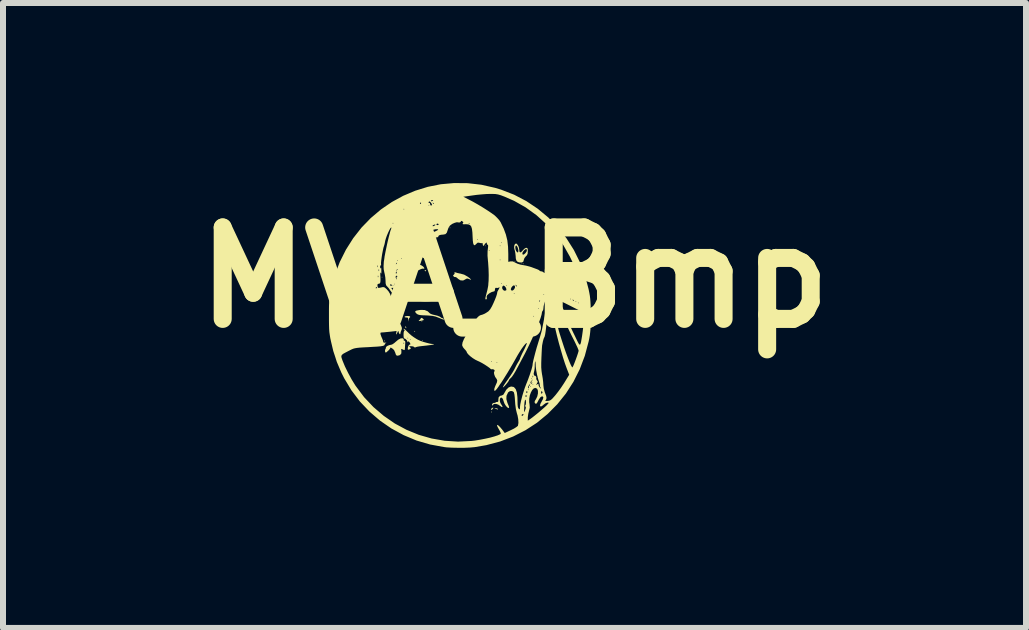
<source format=kicad_pcb>
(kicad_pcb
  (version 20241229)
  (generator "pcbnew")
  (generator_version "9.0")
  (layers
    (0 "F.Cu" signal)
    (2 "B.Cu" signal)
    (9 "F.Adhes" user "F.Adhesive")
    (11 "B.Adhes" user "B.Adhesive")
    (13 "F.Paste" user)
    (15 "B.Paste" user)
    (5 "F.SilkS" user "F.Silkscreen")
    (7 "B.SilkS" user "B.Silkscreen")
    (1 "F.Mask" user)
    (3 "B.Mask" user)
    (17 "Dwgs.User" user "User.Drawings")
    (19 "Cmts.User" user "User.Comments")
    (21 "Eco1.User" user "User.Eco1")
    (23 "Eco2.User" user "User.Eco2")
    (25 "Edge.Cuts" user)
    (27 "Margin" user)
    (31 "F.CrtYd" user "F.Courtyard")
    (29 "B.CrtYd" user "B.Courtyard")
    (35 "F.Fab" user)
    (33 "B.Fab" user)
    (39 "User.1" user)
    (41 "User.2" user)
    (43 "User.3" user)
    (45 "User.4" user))
  (footprint "MVA_Bmp"
    (layer "F.Cu")
    (at 5.523 1.574)
    (property "Reference" "MVA_Bmp" (at 0 0 0) (layer "F.SilkS") (effects (font (size 1.524 1.524) (thickness 0.3))))
    (attr board_only exclude_from_pos_files exclude_from_bom)
    (fp_poly (pts (xy -2.201 -0.007) (xy -2.208 0) (xy -2.214 -0.007) (xy -2.208 -0.013)) (stroke (width 0) (type solid)) (fill yes) (layer "F.SilkS"))
    (fp_poly (pts (xy -1.85 0.397) (xy -1.856 0.404) (xy -1.863 0.397) (xy -1.856 0.391)) (stroke (width 0) (type solid)) (fill yes) (layer "F.SilkS"))
    (fp_poly (pts (xy -1.811 -0.111) (xy -1.817 -0.104) (xy -1.824 -0.111) (xy -1.817 -0.117)) (stroke (width 0) (type solid)) (fill yes) (layer "F.SilkS"))
    (fp_poly (pts (xy -1.537 0.736) (xy -1.544 0.742) (xy -1.55 0.736) (xy -1.544 0.729)) (stroke (width 0) (type solid)) (fill yes) (layer "F.SilkS"))
    (fp_poly (pts (xy -1.524 1.049) (xy -1.531 1.055) (xy -1.537 1.049) (xy -1.531 1.042)) (stroke (width 0) (type solid)) (fill yes) (layer "F.SilkS"))
    (fp_poly (pts (xy -1.303 -0.658) (xy -1.309 -0.651) (xy -1.316 -0.658) (xy -1.309 -0.664)) (stroke (width 0) (type solid)) (fill yes) (layer "F.SilkS"))
    (fp_poly (pts (xy -1.068 -0.827) (xy -1.075 -0.821) (xy -1.081 -0.827) (xy -1.075 -0.834)) (stroke (width 0) (type solid)) (fill yes) (layer "F.SilkS"))
    (fp_poly (pts (xy -0.482 -0.528) (xy -0.488 -0.521) (xy -0.495 -0.528) (xy -0.488 -0.534)) (stroke (width 0) (type solid)) (fill yes) (layer "F.SilkS"))
    (fp_poly (pts (xy 0.013 -0.267) (xy 0.007 -0.261) (xy 0 -0.267) (xy 0.007 -0.274)) (stroke (width 0) (type solid)) (fill yes) (layer "F.SilkS"))
    (fp_poly (pts (xy 0.13 -0.228) (xy 0.124 -0.221) (xy 0.117 -0.228) (xy 0.124 -0.234)) (stroke (width 0) (type solid)) (fill yes) (layer "F.SilkS"))
    (fp_poly (pts (xy 0.156 -0.228) (xy 0.15 -0.221) (xy 0.143 -0.228) (xy 0.15 -0.234)) (stroke (width 0) (type solid)) (fill yes) (layer "F.SilkS"))
    (fp_poly (pts (xy 0.378 1.661) (xy 0.371 1.667) (xy 0.365 1.661) (xy 0.371 1.654)) (stroke (width 0) (type solid)) (fill yes) (layer "F.SilkS"))
    (fp_poly (pts (xy 0.417 1.791) (xy 0.41 1.798) (xy 0.404 1.791) (xy 0.41 1.785)) (stroke (width 0) (type solid)) (fill yes) (layer "F.SilkS"))
    (fp_poly (pts (xy 0.573 -0.072) (xy 0.567 -0.065) (xy 0.56 -0.072) (xy 0.567 -0.078)) (stroke (width 0) (type solid)) (fill yes) (layer "F.SilkS"))
    (fp_poly (pts (xy 0.625 -0.072) (xy 0.619 -0.065) (xy 0.612 -0.072) (xy 0.619 -0.078)) (stroke (width 0) (type solid)) (fill yes) (layer "F.SilkS"))
    (fp_poly (pts (xy -2.167 1.046) (xy -2.165 1.062) (xy -2.167 1.064) (xy -2.174 1.062) (xy -2.175 1.055) (xy -2.171 1.044)) (stroke (width 0) (type solid)) (fill yes) (layer "F.SilkS"))
    (fp_poly (pts (xy -1.958 -0.009) (xy -1.96 -0.001) (xy -1.967 0) (xy -1.978 -0.005) (xy -1.976 -0.009) (xy -1.96 -0.01)) (stroke (width 0) (type solid)) (fill yes) (layer "F.SilkS"))
    (fp_poly (pts (xy -1.659 0.89) (xy -1.657 0.906) (xy -1.659 0.907) (xy -1.666 0.906) (xy -1.667 0.899) (xy -1.663 0.888)) (stroke (width 0) (type solid)) (fill yes) (layer "F.SilkS"))
    (fp_poly (pts (xy -0.382 2.232) (xy -0.381 2.247) (xy -0.382 2.249) (xy -0.39 2.247) (xy -0.391 2.24) (xy -0.386 2.23)) (stroke (width 0) (type solid)) (fill yes) (layer "F.SilkS"))
    (fp_poly (pts (xy -1.811 0.817) (xy -1.806 0.827) (xy -1.803 0.845) (xy -1.811 0.841) (xy -1.818 0.833) (xy -1.822 0.816) (xy -1.82 0.813)) (stroke (width 0) (type solid)) (fill yes) (layer "F.SilkS"))
    (fp_poly (pts (xy -1.984 0.216) (xy -1.986 0.221) (xy -1.998 0.234) (xy -2 0.234) (xy -2.006 0.224) (xy -2.006 0.221) (xy -1.996 0.209) (xy -1.992 0.208)) (stroke (width 0) (type solid)) (fill yes) (layer "F.SilkS"))
    (fp_poly (pts (xy -1.85 0.531) (xy -1.85 0.534) (xy -1.86 0.547) (xy -1.863 0.547) (xy -1.875 0.537) (xy -1.876 0.534) (xy -1.866 0.521) (xy -1.863 0.521)) (stroke (width 0) (type solid)) (fill yes) (layer "F.SilkS"))
    (fp_poly (pts (xy -1.485 -0.124) (xy -1.472 -0.112) (xy -1.472 -0.11) (xy -1.482 -0.104) (xy -1.485 -0.104) (xy -1.497 -0.114) (xy -1.498 -0.118) (xy -1.49 -0.126)) (stroke (width 0) (type solid)) (fill yes) (layer "F.SilkS"))
    (fp_poly (pts (xy -1.863 0.467) (xy -1.856 0.474) (xy -1.84 0.491) (xy -1.837 0.498) (xy -1.847 0.503) (xy -1.856 0.504) (xy -1.872 0.493) (xy -1.876 0.479) (xy -1.873 0.462)) (stroke (width 0) (type solid)) (fill yes) (layer "F.SilkS"))
    (fp_poly (pts (xy -1.22 0.366) (xy -1.218 0.378) (xy -1.227 0.397) (xy -1.249 0.398) (xy -1.263 0.391) (xy -1.276 0.378) (xy -1.266 0.367) (xy -1.263 0.365) (xy -1.237 0.356)) (stroke (width 0) (type solid)) (fill yes) (layer "F.SilkS"))
    (fp_poly (pts (xy -0.352 2.17) (xy -0.36 2.184) (xy -0.371 2.197) (xy -0.386 2.209) (xy -0.391 2.202) (xy -0.391 2.197) (xy -0.38 2.176) (xy -0.371 2.171) (xy -0.354 2.168)) (stroke (width 0) (type solid)) (fill yes) (layer "F.SilkS"))
    (fp_poly (pts (xy -0.29 2.181) (xy -0.28 2.188) (xy -0.275 2.2) (xy -0.276 2.2) (xy -0.29 2.196) (xy -0.313 2.188) (xy -0.334 2.181) (xy -0.332 2.178) (xy -0.317 2.177)) (stroke (width 0) (type solid)) (fill yes) (layer "F.SilkS"))
    (fp_poly (pts (xy -1.534 0.679) (xy -1.53 0.682) (xy -1.513 0.698) (xy -1.515 0.709) (xy -1.539 0.717) (xy -1.563 0.722) (xy -1.591 0.726) (xy -1.598 0.723) (xy -1.588 0.714) (xy -1.568 0.692) (xy -1.562 0.68) (xy -1.553 0.671)) (stroke (width 0) (type solid)) (fill yes) (layer "F.SilkS"))
    (fp_poly (pts (xy -1.748 0.645) (xy -1.739 0.652) (xy -1.74 0.663) (xy -1.744 0.664) (xy -1.755 0.676) (xy -1.762 0.7) (xy -1.768 0.736) (xy -1.77 0.699) (xy -1.775 0.673) (xy -1.791 0.666) (xy -1.8 0.667) (xy -1.824 0.664) (xy -1.833 0.657) (xy -1.825 0.647) (xy -1.802 0.642) (xy -1.773 0.641)) (stroke (width 0) (type solid)) (fill yes) (layer "F.SilkS"))
    (fp_poly (pts (xy -0.985 -0.086) (xy -0.982 -0.085) (xy -0.953 -0.076) (xy -0.913 -0.067) (xy -0.905 -0.066) (xy -0.84 -0.048) (xy -0.78 -0.014) (xy -0.751 0.008) (xy -0.727 0.03) (xy -0.724 0.038) (xy -0.743 0.032) (xy -0.761 0.024) (xy -0.79 0.016) (xy -0.812 0.025) (xy -0.818 0.03) (xy -0.857 0.05) (xy -0.901 0.047) (xy -0.941 0.022) (xy -0.944 0.018) (xy -0.968 -0.002) (xy -0.986 -0.009) (xy -0.988 -0.008) (xy -1.005 -0.01) (xy -1.016 -0.02) (xy -1.025 -0.037) (xy -1.012 -0.047) (xy -0.998 -0.063) (xy -1 -0.075) (xy -1.001 -0.089)) (stroke (width 0) (type solid)) (fill yes) (layer "F.SilkS"))
    (fp_poly (pts (xy -1.499 0.541) (xy -1.446 0.563) (xy -1.413 0.595) (xy -1.394 0.607) (xy -1.358 0.619) (xy -1.33 0.625) (xy -1.286 0.636) (xy -1.25 0.65) (xy -1.237 0.658) (xy -1.214 0.674) (xy -1.201 0.677) (xy -1.181 0.687) (xy -1.179 0.69) (xy -1.176 0.699) (xy -1.183 0.701) (xy -1.206 0.694) (xy -1.247 0.677) (xy -1.27 0.668) (xy -1.317 0.65) (xy -1.365 0.64) (xy -1.423 0.634) (xy -1.476 0.631) (xy -1.537 0.629) (xy -1.578 0.625) (xy -1.605 0.618) (xy -1.625 0.608) (xy -1.636 0.598) (xy -1.654 0.577) (xy -1.654 0.562) (xy -1.634 0.551) (xy -1.591 0.543) (xy -1.566 0.54)) (stroke (width 0) (type solid)) (fill yes) (layer "F.SilkS"))
    (fp_poly (pts (xy -1.439 0.155) (xy -1.439 0.188) (xy -1.444 0.223) (xy -1.457 0.231) (xy -1.485 0.239) (xy -1.49 0.24) (xy -1.53 0.256) (xy -1.549 0.287) (xy -1.55 0.3) (xy -1.539 0.306) (xy -1.51 0.306) (xy -1.495 0.305) (xy -1.455 0.302) (xy -1.431 0.31) (xy -1.418 0.321) (xy -1.396 0.353) (xy -1.388 0.379) (xy -1.395 0.392) (xy -1.397 0.393) (xy -1.45 0.397) (xy -1.502 0.398) (xy -1.549 0.394) (xy -1.581 0.388) (xy -1.591 0.382) (xy -1.613 0.367) (xy -1.623 0.365) (xy -1.639 0.356) (xy -1.636 0.332) (xy -1.613 0.291) (xy -1.604 0.278) (xy -1.566 0.232) (xy -1.528 0.196) (xy -1.494 0.174) (xy -1.477 0.169) (xy -1.46 0.162) (xy -1.459 0.156) (xy -1.45 0.144) (xy -1.447 0.143)) (stroke (width 0) (type solid)) (fill yes) (layer "F.SilkS"))
    (fp_poly (pts (xy -1.85 1.022) (xy -1.844 1.041) (xy -1.846 1.048) (xy -1.845 1.054) (xy -1.837 1.053) (xy -1.824 1.056) (xy -1.82 1.078) (xy -1.821 1.094) (xy -1.824 1.137) (xy -1.826 1.176) (xy -1.829 1.203) (xy -1.838 1.209) (xy -1.862 1.199) (xy -1.865 1.197) (xy -1.884 1.189) (xy -1.889 1.197) (xy -1.885 1.222) (xy -1.886 1.264) (xy -1.908 1.292) (xy -1.947 1.303) (xy -1.969 1.297) (xy -1.981 1.276) (xy -1.985 1.258) (xy -2.007 1.209) (xy -2.033 1.185) (xy -2.057 1.17) (xy -2.068 1.167) (xy -2.068 1.169) (xy -2.075 1.185) (xy -2.095 1.21) (xy -2.107 1.221) (xy -2.133 1.244) (xy -2.146 1.251) (xy -2.154 1.242) (xy -2.157 1.234) (xy -2.158 1.208) (xy -2.152 1.195) (xy -2.143 1.175) (xy -2.144 1.167) (xy -2.137 1.153) (xy -2.114 1.137) (xy -2.082 1.125) (xy -2.054 1.12) (xy -2.031 1.111) (xy -2.007 1.094) (xy -1.85 1.094) (xy -1.845 1.105) (xy -1.841 1.103) (xy -1.839 1.087) (xy -1.841 1.085) (xy -1.849 1.087) (xy -1.85 1.094) (xy -2.007 1.094) (xy -2 1.089) (xy -1.982 1.073) (xy -1.938 1.036) (xy -1.898 1.015) (xy -1.866 1.012)) (stroke (width 0) (type solid)) (fill yes) (layer "F.SilkS"))
    (fp_poly (pts (xy 0.03 -0.566) (xy 0.051 -0.546) (xy 0.069 -0.512) (xy 0.078 -0.473) (xy 0.078 -0.465) (xy 0.083 -0.429) (xy 0.096 -0.418) (xy 0.118 -0.431) (xy 0.135 -0.45) (xy 0.162 -0.478) (xy 0.188 -0.494) (xy 0.196 -0.495) (xy 0.212 -0.491) (xy 0.22 -0.474) (xy 0.221 -0.438) (xy 0.221 -0.437) (xy 0.218 -0.395) (xy 0.204 -0.368) (xy 0.19 -0.355) (xy 0.165 -0.324) (xy 0.154 -0.292) (xy 0.146 -0.264) (xy 0.125 -0.252) (xy 0.111 -0.25) (xy 0.074 -0.253) (xy 0.046 -0.265) (xy 0.03 -0.285) (xy 0.021 -0.319) (xy 0.019 -0.353) (xy 0.014 -0.402) (xy 0.13 -0.402) (xy 0.137 -0.381) (xy 0.154 -0.383) (xy 0.182 -0.406) (xy 0.205 -0.441) (xy 0.204 -0.467) (xy 0.2 -0.473) (xy 0.185 -0.473) (xy 0.164 -0.457) (xy 0.144 -0.433) (xy 0.131 -0.409) (xy 0.13 -0.402) (xy 0.014 -0.402) (xy 0.014 -0.402) (xy 0.006 -0.446) (xy 0.000448 -0.462) (xy -0.007 -0.497) (xy 0.013 -0.497) (xy 0.018 -0.465) (xy 0.027 -0.442) (xy 0.044 -0.42) (xy 0.059 -0.42) (xy 0.065 -0.442) (xy 0.06 -0.475) (xy 0.049 -0.508) (xy 0.034 -0.53) (xy 0.026 -0.534) (xy 0.016 -0.523) (xy 0.013 -0.497) (xy -0.007 -0.497) (xy -0.007 -0.497) (xy -0.004 -0.532) (xy 0.007 -0.557) (xy 0.025 -0.567)) (stroke (width 0) (type solid)) (fill yes) (layer "F.SilkS"))
    (fp_poly (pts (xy -1.822 0.868) (xy -1.814 0.876) (xy -1.761 0.928) (xy -1.718 0.966) (xy -1.678 0.995) (xy -1.634 1.023) (xy -1.609 1.037) (xy -1.572 1.054) (xy -1.521 1.072) (xy -1.464 1.088) (xy -1.412 1.101) (xy -1.374 1.107) (xy -1.369 1.107) (xy -1.344 1.109) (xy -1.342 1.113) (xy -1.36 1.118) (xy -1.397 1.125) (xy -1.448 1.131) (xy -1.46 1.133) (xy -1.534 1.141) (xy -1.585 1.147) (xy -1.619 1.153) (xy -1.641 1.159) (xy -1.651 1.164) (xy -1.667 1.165) (xy -1.669 1.161) (xy -1.688 1.148) (xy -1.729 1.144) (xy -1.738 1.145) (xy -1.756 1.147) (xy -1.75 1.156) (xy -1.741 1.163) (xy -1.727 1.176) (xy -1.733 1.187) (xy -1.745 1.195) (xy -1.767 1.203) (xy -1.777 1.2) (xy -1.779 1.18) (xy -1.773 1.152) (xy -1.761 1.128) (xy -1.748 1.117) (xy -1.747 1.117) (xy -1.734 1.113) (xy -1.74 1.094) (xy -1.751 1.077) (xy -1.766 1.063) (xy -1.776 1.071) (xy -1.776 1.071) (xy -1.782 1.081) (xy -1.783 1.07) (xy -1.794 1.046) (xy -1.804 1.036) (xy -1.745 1.036) (xy -1.739 1.042) (xy -1.732 1.036) (xy -1.739 1.029) (xy -1.745 1.036) (xy -1.804 1.036) (xy -1.816 1.024) (xy -1.836 1.016) (xy -1.841 1.009) (xy -1.785 1.009) (xy -1.778 1.016) (xy -1.771 1.009) (xy -1.778 1.003) (xy -1.785 1.009) (xy -1.841 1.009) (xy -1.845 1.005) (xy -1.849 0.977) (xy -1.849 0.942) (xy -1.846 0.908) (xy -1.838 0.886) (xy -1.833 0.881) (xy -1.824 0.875) (xy -1.833 0.874) (xy -1.848 0.862) (xy -1.85 0.856) (xy -1.842 0.854)) (stroke (width 0) (type solid)) (fill yes) (layer "F.SilkS"))
    (fp_poly (pts (xy -0.781 -1.572) (xy -0.553 -1.546) (xy -0.323 -1.494) (xy -0.224 -1.464) (xy -0.007 -1.38) (xy 0.197 -1.273) (xy 0.387 -1.146) (xy 0.563 -1) (xy 0.723 -0.835) (xy 0.865 -0.654) (xy 0.989 -0.458) (xy 1.093 -0.248) (xy 1.176 -0.026) (xy 1.234 0.194) (xy 1.246 0.253) (xy 1.255 0.304) (xy 1.261 0.354) (xy 1.265 0.407) (xy 1.268 0.469) (xy 1.269 0.547) (xy 1.269 0.632) (xy 1.268 0.728) (xy 1.267 0.803) (xy 1.265 0.864) (xy 1.26 0.916) (xy 1.254 0.966) (xy 1.245 1.018) (xy 1.234 1.069) (xy 1.171 1.305) (xy 1.086 1.529) (xy 0.981 1.738) (xy 0.856 1.933) (xy 0.712 2.112) (xy 0.551 2.274) (xy 0.375 2.419) (xy 0.183 2.544) (xy -0.023 2.649) (xy -0.24 2.732) (xy -0.47 2.793) (xy -0.664 2.826) (xy -0.743 2.833) (xy -0.839 2.837) (xy -0.942 2.837) (xy -1.042 2.835) (xy -1.131 2.83) (xy -1.172 2.825) (xy -1.407 2.782) (xy -1.633 2.716) (xy -1.848 2.626) (xy -2.052 2.515) (xy -2.242 2.384) (xy -2.418 2.233) (xy -2.577 2.065) (xy -2.718 1.879) (xy -2.839 1.677) (xy -2.886 1.583) (xy -2.961 1.406) (xy -2.992 1.309) (xy -2.886 1.309) (xy -2.883 1.334) (xy -2.872 1.367) (xy -2.866 1.384) (xy -2.826 1.481) (xy -2.773 1.589) (xy -2.714 1.698) (xy -2.652 1.799) (xy -2.644 1.81) (xy -2.506 1.994) (xy -2.35 2.159) (xy -2.179 2.305) (xy -1.995 2.432) (xy -1.8 2.537) (xy -1.595 2.621) (xy -1.382 2.682) (xy -1.163 2.72) (xy -0.941 2.734) (xy -0.716 2.723) (xy -0.663 2.717) (xy -0.577 2.703) (xy -0.49 2.686) (xy -0.408 2.668) (xy -0.336 2.648) (xy -0.278 2.629) (xy -0.239 2.611) (xy -0.23 2.605) (xy -0.231 2.589) (xy -0.243 2.56) (xy -0.259 2.532) (xy -0.283 2.489) (xy -0.292 2.463) (xy -0.287 2.455) (xy -0.269 2.465) (xy -0.242 2.491) (xy -0.207 2.532) (xy -0.189 2.556) (xy -0.163 2.591) (xy -0.057 2.541) (xy -0.009 2.517) (xy 0.029 2.493) (xy 0.053 2.474) (xy 0.057 2.469) (xy 0.065 2.423) (xy 0.063 2.385) (xy 0.221 2.385) (xy 0.264 2.356) (xy 0.293 2.335) (xy 0.335 2.302) (xy 0.382 2.264) (xy 0.404 2.246) (xy 0.451 2.205) (xy 0.496 2.166) (xy 0.53 2.135) (xy 0.54 2.124) (xy 0.563 2.099) (xy 0.569 2.088) (xy 0.559 2.084) (xy 0.549 2.084) (xy 0.52 2.093) (xy 0.489 2.115) (xy 0.487 2.117) (xy 0.454 2.144) (xy 0.432 2.149) (xy 0.424 2.135) (xy 0.432 2.104) (xy 0.449 2.072) (xy 0.474 2.025) (xy 0.48 1.995) (xy 0.467 1.981) (xy 0.457 1.98) (xy 0.433 1.993) (xy 0.406 2.031) (xy 0.402 2.039) (xy 0.38 2.081) (xy 0.365 2.101) (xy 0.353 2.104) (xy 0.34 2.092) (xy 0.34 2.092) (xy 0.333 2.075) (xy 0.342 2.05) (xy 0.358 2.025) (xy 0.379 1.981) (xy 0.39 1.932) (xy 0.39 1.915) (xy 0.443 1.915) (xy 0.445 1.935) (xy 0.455 1.933) (xy 0.459 1.93) (xy 0.467 1.913) (xy 0.459 1.899) (xy 0.447 1.893) (xy 0.443 1.909) (xy 0.443 1.915) (xy 0.39 1.915) (xy 0.39 1.887) (xy 0.378 1.855) (xy 0.375 1.852) (xy 0.348 1.839) (xy 0.321 1.847) (xy 0.295 1.874) (xy 0.273 1.914) (xy 0.255 1.963) (xy 0.245 2.019) (xy 0.244 2.076) (xy 0.25 2.114) (xy 0.254 2.167) (xy 0.241 2.222) (xy 0.229 2.271) (xy 0.222 2.321) (xy 0.221 2.333) (xy 0.221 2.385) (xy 0.063 2.385) (xy 0.062 2.363) (xy 0.05 2.296) (xy 0.049 2.294) (xy 0.117 2.294) (xy 0.124 2.305) (xy 0.139 2.3) (xy 0.148 2.287) (xy 0.147 2.273) (xy 0.136 2.275) (xy 0.119 2.288) (xy 0.117 2.294) (xy 0.049 2.294) (xy 0.039 2.261) (xy 0.025 2.203) (xy 0.16 2.203) (xy 0.16 2.232) (xy 0.162 2.241) (xy 0.168 2.233) (xy 0.177 2.209) (xy 0.177 2.209) (xy 0.188 2.174) (xy 0.187 2.155) (xy 0.179 2.147) (xy 0.172 2.138) (xy 0.176 2.136) (xy 0.185 2.125) (xy 0.19 2.096) (xy 0.191 2.084) (xy 0.189 2.05) (xy 0.181 2.035) (xy 0.179 2.035) (xy 0.172 2.05) (xy 0.166 2.084) (xy 0.162 2.131) (xy 0.162 2.15) (xy 0.16 2.203) (xy 0.025 2.203) (xy 0.023 2.195) (xy 0.012 2.112) (xy 0.008 2.056) (xy 0.004 1.998) (xy -0.002 1.949) (xy -0.01 1.917) (xy -0.014 1.907) (xy -0.042 1.891) (xy -0.077 1.893) (xy -0.106 1.913) (xy -0.109 1.918) (xy -0.134 1.972) (xy -0.136 2.027) (xy -0.118 2.09) (xy -0.112 2.104) (xy -0.095 2.145) (xy -0.09 2.168) (xy -0.097 2.175) (xy -0.097 2.175) (xy -0.119 2.165) (xy -0.144 2.138) (xy -0.166 2.103) (xy -0.178 2.072) (xy -0.194 2.024) (xy -0.212 2.002) (xy -0.228 2.001) (xy -0.244 2.02) (xy -0.246 2.052) (xy -0.236 2.089) (xy -0.22 2.116) (xy -0.202 2.144) (xy -0.202 2.159) (xy -0.218 2.155) (xy -0.238 2.14) (xy -0.271 2.118) (xy -0.307 2.106) (xy -0.338 2.106) (xy -0.357 2.118) (xy -0.358 2.12) (xy -0.367 2.134) (xy -0.372 2.133) (xy -0.375 2.116) (xy -0.364 2.097) (xy -0.347 2.089) (xy -0.344 2.089) (xy -0.324 2.088) (xy -0.319 2.083) (xy -0.301 2.074) (xy -0.289 2.074) (xy -0.273 2.07) (xy -0.269 2.049) (xy -0.27 2.039) (xy -0.265 1.997) (xy -0.242 1.972) (xy -0.217 1.967) (xy -0.188 1.954) (xy -0.172 1.929) (xy -0.138 1.87) (xy -0.099 1.832) (xy -0.058 1.816) (xy -0.017 1.823) (xy -0.008 1.828) (xy 0.02 1.86) (xy 0.039 1.915) (xy 0.048 1.993) (xy 0.05 2.056) (xy 0.051 2.115) (xy 0.055 2.154) (xy 0.063 2.177) (xy 0.07 2.186) (xy 0.083 2.197) (xy 0.09 2.191) (xy 0.091 2.165) (xy 0.091 2.155) (xy 0.096 2.114) (xy 0.108 2.056) (xy 0.126 1.985) (xy 0.129 1.973) (xy 0.182 1.973) (xy 0.187 1.991) (xy 0.198 1.986) (xy 0.201 1.981) (xy 0.2 1.964) (xy 0.196 1.96) (xy 0.184 1.963) (xy 0.182 1.973) (xy 0.129 1.973) (xy 0.148 1.91) (xy 0.149 1.907) (xy 0.195 1.907) (xy 0.2 1.926) (xy 0.211 1.921) (xy 0.214 1.916) (xy 0.213 1.899) (xy 0.209 1.895) (xy 0.197 1.898) (xy 0.195 1.907) (xy 0.149 1.907) (xy 0.161 1.869) (xy 0.221 1.869) (xy 0.228 1.876) (xy 0.234 1.869) (xy 0.228 1.863) (xy 0.221 1.869) (xy 0.161 1.869) (xy 0.172 1.836) (xy 0.178 1.82) (xy 0.228 1.82) (xy 0.228 1.837) (xy 0.24 1.849) (xy 0.242 1.839) (xy 0.24 1.831) (xy 0.241 1.817) (xy 0.261 1.817) (xy 0.267 1.824) (xy 0.274 1.817) (xy 0.267 1.811) (xy 0.261 1.817) (xy 0.241 1.817) (xy 0.241 1.81) (xy 0.247 1.805) (xy 0.26 1.786) (xy 0.261 1.781) (xy 0.254 1.779) (xy 0.24 1.795) (xy 0.228 1.82) (xy 0.178 1.82) (xy 0.194 1.778) (xy 0.3 1.778) (xy 0.306 1.785) (xy 0.313 1.778) (xy 0.306 1.771) (xy 0.3 1.778) (xy 0.194 1.778) (xy 0.197 1.77) (xy 0.202 1.758) (xy 0.203 1.756) (xy 0.266 1.756) (xy 0.266 1.757) (xy 0.279 1.771) (xy 0.292 1.76) (xy 0.294 1.756) (xy 0.296 1.748) (xy 0.289 1.751) (xy 0.275 1.754) (xy 0.277 1.742) (xy 0.293 1.717) (xy 0.296 1.714) (xy 0.309 1.697) (xy 0.307 1.697) (xy 0.288 1.715) (xy 0.269 1.738) (xy 0.266 1.756) (xy 0.203 1.756) (xy 0.223 1.706) (xy 0.23 1.687) (xy 0.274 1.687) (xy 0.28 1.693) (xy 0.287 1.687) (xy 0.28 1.68) (xy 0.274 1.687) (xy 0.23 1.687) (xy 0.244 1.647) (xy 0.301 1.647) (xy 0.303 1.664) (xy 0.307 1.664) (xy 0.311 1.646) (xy 0.308 1.639) (xy 0.303 1.634) (xy 0.301 1.647) (xy 0.244 1.647) (xy 0.245 1.646) (xy 0.26 1.602) (xy 0.319 1.602) (xy 0.324 1.628) (xy 0.338 1.638) (xy 0.344 1.637) (xy 0.355 1.644) (xy 0.36 1.67) (xy 0.366 1.702) (xy 0.378 1.72) (xy 0.387 1.732) (xy 0.381 1.752) (xy 0.372 1.767) (xy 0.361 1.787) (xy 0.363 1.79) (xy 0.366 1.788) (xy 0.385 1.775) (xy 0.399 1.772) (xy 0.399 1.782) (xy 0.399 1.782) (xy 0.401 1.799) (xy 0.413 1.823) (xy 0.429 1.844) (xy 0.439 1.85) (xy 0.438 1.842) (xy 0.432 1.832) (xy 0.423 1.814) (xy 0.424 1.808) (xy 0.424 1.792) (xy 0.416 1.762) (xy 0.412 1.75) (xy 0.393 1.69) (xy 0.375 1.619) (xy 0.361 1.545) (xy 0.353 1.48) (xy 0.352 1.451) (xy 0.35 1.417) (xy 0.347 1.398) (xy 0.344 1.397) (xy 0.34 1.414) (xy 0.337 1.447) (xy 0.337 1.472) (xy 0.335 1.518) (xy 0.329 1.557) (xy 0.325 1.571) (xy 0.319 1.602) (xy 0.26 1.602) (xy 0.265 1.586) (xy 0.283 1.531) (xy 0.295 1.487) (xy 0.3 1.462) (xy 0.3 1.461) (xy 0.303 1.431) (xy 0.313 1.382) (xy 0.329 1.318) (xy 0.348 1.245) (xy 0.369 1.169) (xy 0.386 1.114) (xy 0.405 1.051) (xy 0.423 0.994) (xy 0.436 0.948) (xy 0.443 0.925) (xy 0.454 0.884) (xy 0.466 0.824) (xy 0.48 0.754) (xy 0.494 0.68) (xy 0.505 0.611) (xy 0.514 0.554) (xy 0.515 0.544) (xy 0.522 0.504) (xy 0.53 0.476) (xy 0.537 0.469) (xy 0.542 0.481) (xy 0.545 0.514) (xy 0.545 0.564) (xy 0.543 0.626) (xy 0.539 0.695) (xy 0.533 0.766) (xy 0.526 0.835) (xy 0.518 0.898) (xy 0.51 0.949) (xy 0.502 0.983) (xy 0.496 0.996) (xy 0.485 1.02) (xy 0.473 1.063) (xy 0.462 1.119) (xy 0.46 1.127) (xy 0.458 1.149) (xy 0.455 1.191) (xy 0.452 1.249) (xy 0.449 1.316) (xy 0.448 1.336) (xy 0.445 1.426) (xy 0.445 1.497) (xy 0.45 1.557) (xy 0.458 1.614) (xy 0.46 1.622) (xy 0.47 1.682) (xy 0.477 1.741) (xy 0.48 1.789) (xy 0.48 1.791) (xy 0.487 1.849) (xy 0.503 1.908) (xy 0.507 1.919) (xy 0.527 1.972) (xy 0.533 2.008) (xy 0.526 2.034) (xy 0.518 2.043) (xy 0.512 2.053) (xy 0.525 2.057) (xy 0.553 2.056) (xy 0.579 2.052) (xy 0.602 2.042) (xy 0.626 2.022) (xy 0.657 1.988) (xy 0.684 1.957) (xy 0.727 1.902) (xy 0.775 1.836) (xy 0.82 1.768) (xy 0.837 1.741) (xy 0.911 1.62) (xy 0.871 1.517) (xy 0.84 1.432) (xy 0.807 1.329) (xy 0.773 1.213) (xy 0.738 1.089) (xy 0.705 0.961) (xy 0.675 0.836) (xy 0.648 0.717) (xy 0.626 0.61) (xy 0.611 0.519) (xy 0.605 0.475) (xy 0.598 0.417) (xy 0.654 0.417) (xy 0.657 0.462) (xy 0.664 0.521) (xy 0.675 0.59) (xy 0.688 0.665) (xy 0.703 0.742) (xy 0.72 0.817) (xy 0.738 0.887) (xy 0.751 0.931) (xy 0.789 1.051) (xy 0.825 1.161) (xy 0.859 1.259) (xy 0.891 1.344) (xy 0.918 1.412) (xy 0.94 1.462) (xy 0.957 1.491) (xy 0.965 1.498) (xy 0.972 1.486) (xy 0.986 1.456) (xy 1.004 1.41) (xy 1.02 1.368) (xy 1.04 1.312) (xy 1.056 1.264) (xy 1.066 1.23) (xy 1.068 1.217) (xy 1.062 1.199) (xy 1.047 1.162) (xy 1.023 1.111) (xy 0.994 1.051) (xy 0.977 1.018) (xy 0.945 0.955) (xy 0.919 0.901) (xy 0.899 0.859) (xy 0.887 0.834) (xy 0.886 0.829) (xy 0.88 0.812) (xy 0.865 0.777) (xy 0.842 0.728) (xy 0.814 0.671) (xy 0.783 0.608) (xy 0.751 0.545) (xy 0.721 0.487) (xy 0.694 0.437) (xy 0.675 0.402) (xy 0.668 0.391) (xy 0.758 0.391) (xy 0.758 0.402) (xy 0.769 0.431) (xy 0.787 0.473) (xy 0.802 0.505) (xy 0.848 0.602) (xy 0.882 0.677) (xy 0.903 0.73) (xy 0.912 0.76) (xy 0.912 0.763) (xy 0.917 0.785) (xy 0.931 0.819) (xy 0.936 0.83) (xy 0.952 0.862) (xy 0.975 0.911) (xy 1.003 0.968) (xy 1.024 1.012) (xy 1.052 1.07) (xy 1.072 1.106) (xy 1.086 1.12) (xy 1.097 1.112) (xy 1.107 1.08) (xy 1.117 1.023) (xy 1.125 0.976) (xy 1.135 0.904) (xy 1.145 0.821) (xy 1.152 0.742) (xy 1.154 0.721) (xy 1.162 0.589) (xy 1.086 0.551) (xy 1.04 0.528) (xy 0.98 0.498) (xy 0.917 0.466) (xy 0.889 0.452) (xy 0.838 0.426) (xy 0.831 0.423) (xy 1.055 0.423) (xy 1.062 0.43) (xy 1.068 0.423) (xy 1.062 0.417) (xy 1.055 0.423) (xy 0.831 0.423) (xy 0.795 0.406) (xy 0.775 0.397) (xy 1.016 0.397) (xy 1.023 0.404) (xy 1.029 0.397) (xy 1.023 0.391) (xy 1.016 0.397) (xy 0.775 0.397) (xy 0.767 0.394) (xy 0.758 0.391) (xy 0.668 0.391) (xy 0.663 0.384) (xy 0.662 0.383) (xy 0.655 0.389) (xy 0.654 0.417) (xy 0.598 0.417) (xy 0.595 0.397) (xy 0.589 0.368) (xy 0.966 0.368) (xy 0.969 0.376) (xy 0.982 0.39) (xy 0.99 0.387) (xy 0.99 0.385) (xy 0.981 0.374) (xy 0.975 0.37) (xy 0.966 0.368) (xy 0.589 0.368) (xy 0.587 0.358) (xy 0.925 0.358) (xy 0.931 0.365) (xy 0.938 0.358) (xy 0.931 0.352) (xy 0.925 0.358) (xy 0.587 0.358) (xy 0.584 0.343) (xy 0.571 0.312) (xy 0.559 0.302) (xy 0.542 0.31) (xy 0.526 0.342) (xy 0.522 0.354) (xy 0.509 0.396) (xy 0.496 0.433) (xy 0.494 0.44) (xy 0.485 0.477) (xy 0.482 0.508) (xy 0.478 0.538) (xy 0.469 0.554) (xy 0.458 0.572) (xy 0.456 0.586) (xy 0.45 0.62) (xy 0.434 0.674) (xy 0.409 0.744) (xy 0.376 0.827) (xy 0.337 0.921) (xy 0.292 1.021) (xy 0.244 1.124) (xy 0.195 1.224) (xy 0.177 1.26) (xy 0.15 1.311) (xy 0.113 1.38) (xy 0.066 1.469) (xy 0.017 1.56) (xy -0.011 1.607) (xy -0.038 1.647) (xy -0.059 1.672) (xy -0.063 1.675) (xy -0.084 1.695) (xy -0.092 1.71) (xy -0.099 1.726) (xy -0.117 1.751) (xy -0.14 1.78) (xy -0.164 1.807) (xy -0.184 1.826) (xy -0.195 1.831) (xy -0.195 1.83) (xy -0.188 1.814) (xy -0.169 1.782) (xy -0.14 1.739) (xy -0.107 1.693) (xy -0.069 1.637) (xy -0.034 1.583) (xy -0.007 1.537) (xy 0.006 1.511) (xy 0.029 1.465) (xy 0.054 1.42) (xy 0.062 1.408) (xy 0.08 1.377) (xy 0.091 1.354) (xy 0.091 1.35) (xy 0.097 1.333) (xy 0.112 1.299) (xy 0.133 1.254) (xy 0.142 1.238) (xy 0.167 1.188) (xy 0.187 1.144) (xy 0.2 1.112) (xy 0.202 1.107) (xy 0.204 1.091) (xy 0.194 1.094) (xy 0.175 1.113) (xy 0.149 1.145) (xy 0.118 1.188) (xy 0.086 1.238) (xy 0.053 1.292) (xy 0.032 1.329) (xy 0.002 1.383) (xy -0.034 1.446) (xy -0.074 1.514) (xy -0.115 1.583) (xy -0.155 1.647) (xy -0.189 1.702) (xy -0.216 1.744) (xy -0.231 1.765) (xy -0.245 1.784) (xy -0.264 1.814) (xy -0.266 1.817) (xy -0.296 1.858) (xy -0.319 1.883) (xy -0.331 1.889) (xy -0.339 1.878) (xy -0.336 1.851) (xy -0.323 1.814) (xy -0.313 1.791) (xy -0.293 1.746) (xy -0.288 1.715) (xy -0.298 1.69) (xy -0.306 1.68) (xy -0.324 1.653) (xy -0.337 1.619) (xy -0.343 1.588) (xy -0.339 1.57) (xy -0.338 1.569) (xy -0.33 1.554) (xy -0.339 1.537) (xy -0.358 1.528) (xy -0.367 1.528) (xy -0.39 1.529) (xy -0.397 1.524) (xy -0.415 1.507) (xy -0.45 1.482) (xy -0.494 1.453) (xy -0.541 1.425) (xy -0.564 1.413) (xy -0.3 1.413) (xy -0.293 1.42) (xy -0.287 1.413) (xy -0.293 1.407) (xy -0.3 1.413) (xy -0.564 1.413) (xy -0.585 1.402) (xy -0.589 1.4) (xy -0.391 1.4) (xy -0.384 1.407) (xy -0.378 1.4) (xy -0.384 1.394) (xy -0.391 1.4) (xy -0.589 1.4) (xy -0.614 1.389) (xy -0.653 1.37) (xy -0.696 1.343) (xy -0.738 1.311) (xy -0.771 1.28) (xy -0.791 1.255) (xy -0.795 1.245) (xy -0.803 1.227) (xy -0.825 1.2) (xy -0.834 1.192) (xy -0.859 1.161) (xy -0.872 1.131) (xy -0.873 1.125) (xy -0.866 1.081) (xy -0.843 1.026) (xy -0.805 0.956) (xy -0.75 0.87) (xy -0.733 0.845) (xy -0.698 0.792) (xy -0.668 0.747) (xy -0.647 0.714) (xy -0.645 0.71) (xy 0.313 0.71) (xy 0.319 0.716) (xy 0.326 0.71) (xy 0.319 0.703) (xy 0.313 0.71) (xy -0.645 0.71) (xy -0.638 0.697) (xy -0.638 0.696) (xy -0.628 0.676) (xy -0.605 0.652) (xy -0.596 0.645) (xy 0.313 0.645) (xy 0.319 0.651) (xy 0.326 0.645) (xy 0.319 0.638) (xy 0.313 0.645) (xy -0.596 0.645) (xy -0.578 0.632) (xy -0.559 0.625) (xy -0.536 0.619) (xy -0.5 0.604) (xy -0.477 0.591) (xy -0.436 0.564) (xy -0.405 0.529) (xy -0.397 0.515) (xy 0.391 0.515) (xy 0.397 0.521) (xy 0.404 0.515) (xy 0.397 0.508) (xy 0.391 0.515) (xy -0.397 0.515) (xy -0.377 0.481) (xy -0.351 0.426) (xy -0.341 0.403) (xy 0.407 0.403) (xy 0.409 0.404) (xy 0.421 0.395) (xy 0.423 0.391) (xy 0.427 0.379) (xy 0.425 0.378) (xy 0.413 0.387) (xy 0.41 0.391) (xy 0.407 0.403) (xy -0.341 0.403) (xy -0.327 0.371) (xy -0.307 0.32) (xy -0.294 0.28) (xy 0.482 0.28) (xy 0.488 0.287) (xy 0.495 0.28) (xy 0.755 0.28) (xy 0.762 0.287) (xy 0.769 0.28) (xy 0.762 0.274) (xy 0.755 0.28) (xy 0.495 0.28) (xy 0.488 0.274) (xy 0.482 0.28) (xy -0.294 0.28) (xy -0.294 0.279) (xy -0.291 0.267) (xy -0.013 0.267) (xy -0.007 0.274) (xy 0 0.267) (xy -0.007 0.261) (xy -0.013 0.267) (xy -0.291 0.267) (xy -0.289 0.255) (xy -0.289 0.252) (xy -0.285 0.235) (xy -0.27 0.207) (xy -0.268 0.205) (xy -0.254 0.178) (xy -0.252 0.161) (xy -0.206 0.161) (xy -0.203 0.189) (xy -0.186 0.211) (xy -0.163 0.221) (xy -0.141 0.214) (xy -0.136 0.208) (xy -0.137 0.191) (xy -0.061 0.191) (xy -0.061 0.201) (xy -0.047 0.219) (xy -0.026 0.214) (xy -0.007 0.196) (xy 0.007 0.17) (xy 0.007 0.145) (xy -0.005 0.131) (xy -0.011 0.13) (xy -0.031 0.141) (xy -0.051 0.165) (xy -0.061 0.191) (xy -0.137 0.191) (xy -0.137 0.188) (xy -0.149 0.162) (xy -0.168 0.141) (xy -0.178 0.137) (xy -0.143 0.137) (xy -0.137 0.143) (xy -0.13 0.137) (xy -0.137 0.13) (xy -0.143 0.137) (xy -0.178 0.137) (xy -0.185 0.133) (xy -0.186 0.134) (xy -0.202 0.15) (xy -0.206 0.161) (xy -0.252 0.161) (xy -0.252 0.161) (xy -0.252 0.16) (xy -0.26 0.161) (xy -0.261 0.165) (xy -0.271 0.173) (xy -0.293 0.173) (xy -0.317 0.172) (xy -0.325 0.187) (xy -0.326 0.2) (xy -0.331 0.226) (xy -0.35 0.234) (xy -0.354 0.234) (xy -0.381 0.242) (xy -0.416 0.261) (xy -0.426 0.268) (xy -0.455 0.294) (xy -0.465 0.316) (xy -0.463 0.334) (xy -0.462 0.358) (xy -0.474 0.365) (xy -0.482 0.363) (xy -0.486 0.357) (xy -0.485 0.341) (xy -0.479 0.311) (xy -0.467 0.265) (xy -0.451 0.202) (xy -0.439 0.139) (xy -0.437 0.119) (xy 0.017 0.119) (xy 0.019 0.132) (xy 0.02 0.134) (xy 0.031 0.15) (xy 0.037 0.15) (xy 0.035 0.136) (xy 0.028 0.127) (xy 0.017 0.119) (xy -0.437 0.119) (xy -0.436 0.098) (xy -0.221 0.098) (xy -0.215 0.104) (xy 0.541 0.104) (xy 0.543 0.179) (xy 0.551 0.233) (xy 0.562 0.265) (xy 0.574 0.274) (xy 0.58 0.261) (xy 0.581 0.254) (xy 0.69 0.254) (xy 0.697 0.261) (xy 0.703 0.254) (xy 0.697 0.247) (xy 0.69 0.254) (xy 0.581 0.254) (xy 0.583 0.225) (xy 0.583 0.215) (xy 0.69 0.215) (xy 0.697 0.221) (xy 0.703 0.215) (xy 0.697 0.208) (xy 0.69 0.215) (xy 0.583 0.215) (xy 0.584 0.167) (xy 0.583 0.14) (xy 0.581 0.078) (xy 0.577 0.038) (xy 0.572 0.016) (xy 0.564 0.007) (xy 0.56 0.007) (xy 0.55 0.012) (xy 0.544 0.03) (xy 0.541 0.066) (xy 0.541 0.104) (xy -0.215 0.104) (xy -0.208 0.098) (xy -0.215 0.091) (xy -0.221 0.098) (xy -0.436 0.098) (xy -0.432 0.056) (xy -0.43 -0.041) (xy -0.433 -0.145) (xy -0.44 -0.251) (xy -0.443 -0.279) (xy -0.444 -0.293) (xy -0.247 -0.293) (xy -0.241 -0.287) (xy -0.234 -0.293) (xy -0.241 -0.3) (xy -0.247 -0.293) (xy -0.444 -0.293) (xy -0.45 -0.363) (xy -0.449 -0.437) (xy -0.448 -0.449) (xy -0.43 -0.449) (xy -0.423 -0.443) (xy -0.417 -0.449) (xy -0.423 -0.456) (xy -0.43 -0.449) (xy -0.448 -0.449) (xy -0.445 -0.473) (xy -0.44 -0.517) (xy -0.44 -0.528) (xy -0.247 -0.528) (xy -0.241 -0.521) (xy -0.234 -0.528) (xy -0.241 -0.534) (xy -0.247 -0.528) (xy -0.44 -0.528) (xy -0.441 -0.539) (xy -0.449 -0.547) (xy -0.451 -0.547) (xy -0.462 -0.556) (xy -0.461 -0.567) (xy -0.46 -0.58) (xy -0.221 -0.58) (xy -0.215 -0.573) (xy -0.208 -0.58) (xy -0.215 -0.586) (xy -0.221 -0.58) (xy -0.46 -0.58) (xy -0.46 -0.581) (xy -0.473 -0.579) (xy -0.494 -0.56) (xy -0.502 -0.546) (xy -0.514 -0.529) (xy -0.523 -0.529) (xy -0.53 -0.546) (xy -0.529 -0.556) (xy -0.53 -0.571) (xy -0.544 -0.572) (xy -0.575 -0.575) (xy -0.591 -0.58) (xy -0.614 -0.581) (xy -0.637 -0.561) (xy -0.639 -0.559) (xy -0.661 -0.538) (xy -0.677 -0.542) (xy -0.689 -0.569) (xy -0.696 -0.621) (xy -0.696 -0.632) (xy -0.625 -0.632) (xy -0.619 -0.625) (xy -0.612 -0.632) (xy -0.619 -0.638) (xy -0.625 -0.632) (xy -0.696 -0.632) (xy -0.698 -0.667) (xy -0.702 -0.749) (xy -0.709 -0.809) (xy -0.721 -0.849) (xy -0.74 -0.873) (xy -0.768 -0.885) (xy -0.806 -0.888) (xy -0.816 -0.888) (xy -0.852 -0.887) (xy -0.866 -0.891) (xy -0.863 -0.901) (xy -0.861 -0.904) (xy -0.859 -0.907) (xy -0.764 -0.907) (xy -0.762 -0.9) (xy -0.755 -0.899) (xy -0.745 -0.904) (xy -0.747 -0.907) (xy -0.762 -0.909) (xy -0.764 -0.907) (xy -0.859 -0.907) (xy -0.853 -0.921) (xy -0.867 -0.935) (xy -0.873 -0.938) (xy -0.892 -0.945) (xy -0.894 -0.941) (xy -0.896 -0.927) (xy -0.914 -0.917) (xy -0.935 -0.917) (xy -0.939 -0.919) (xy -0.963 -0.921) (xy -0.998 -0.911) (xy -1.037 -0.894) (xy -1.069 -0.871) (xy -1.077 -0.864) (xy -1.101 -0.827) (xy -1.114 -0.79) (xy -1.129 -0.746) (xy -1.151 -0.723) (xy -1.184 -0.716) (xy -1.229 -0.712) (xy -1.259 -0.702) (xy -1.269 -0.688) (xy -1.269 -0.685) (xy -1.275 -0.673) (xy -1.305 -0.668) (xy -1.348 -0.666) (xy -1.395 -0.66) (xy -1.4 -0.659) (xy -1.441 -0.654) (xy -1.474 -0.651) (xy -1.478 -0.65) (xy -1.518 -0.638) (xy -1.548 -0.608) (xy -1.553 -0.597) (xy -1.571 -0.58) (xy -1.605 -0.566) (xy -1.614 -0.564) (xy -1.666 -0.554) (xy -1.646 -0.512) (xy -1.614 -0.473) (xy -1.578 -0.455) (xy -1.49 -0.417) (xy -1.413 -0.367) (xy -1.354 -0.309) (xy -1.333 -0.278) (xy -1.322 -0.238) (xy -1.326 -0.187) (xy -1.342 -0.138) (xy -1.365 -0.101) (xy -1.389 -0.08) (xy -1.406 -0.079) (xy -1.415 -0.1) (xy -1.42 -0.145) (xy -1.42 -0.169) (xy -1.424 -0.221) (xy -1.437 -0.257) (xy -1.45 -0.275) (xy -1.5 -0.318) (xy -1.563 -0.348) (xy -1.63 -0.361) (xy -1.681 -0.358) (xy -1.712 -0.345) (xy -1.737 -0.323) (xy -1.752 -0.299) (xy -1.752 -0.279) (xy -1.747 -0.274) (xy -1.732 -0.258) (xy -1.731 -0.253) (xy -1.722 -0.242) (xy -1.709 -0.24) (xy -1.655 -0.233) (xy -1.599 -0.22) (xy -1.554 -0.204) (xy -1.549 -0.201) (xy -1.525 -0.185) (xy -1.508 -0.166) (xy -1.502 -0.151) (xy -1.509 -0.146) (xy -1.517 -0.148) (xy -1.541 -0.147) (xy -1.573 -0.135) (xy -1.575 -0.133) (xy -1.606 -0.119) (xy -1.635 -0.12) (xy -1.658 -0.127) (xy -1.709 -0.139) (xy -1.763 -0.141) (xy -1.812 -0.134) (xy -1.846 -0.118) (xy -1.847 -0.117) (xy -1.878 -0.095) (xy -1.899 -0.085) (xy -1.918 -0.075) (xy -1.915 -0.058) (xy -1.912 -0.052) (xy -1.903 -0.026) (xy -1.914 -0.014) (xy -1.939 -0.022) (xy -1.94 -0.022) (xy -1.966 -0.031) (xy -1.981 -0.019) (xy -1.979 0.005) (xy -1.971 0.021) (xy -1.961 0.049) (xy -1.96 0.077) (xy -1.97 0.097) (xy -1.986 0.1) (xy -1.997 0.103) (xy -1.996 0.126) (xy -1.989 0.147) (xy -1.98 0.144) (xy -1.977 0.141) (xy -1.969 0.133) (xy -1.97 0.149) (xy -1.97 0.15) (xy -1.978 0.168) (xy -2 0.173) (xy -2.019 0.173) (xy -2.048 0.172) (xy -2.054 0.177) (xy -2.045 0.186) (xy -2.032 0.205) (xy -2.025 0.231) (xy -2.025 0.253) (xy -2.033 0.261) (xy -2.045 0.25) (xy -2.064 0.225) (xy -2.073 0.212) (xy -2.097 0.177) (xy -2.12 0.151) (xy -2.126 0.146) (xy -2.14 0.128) (xy -2.141 0.123) (xy -2.071 0.123) (xy -2.064 0.141) (xy -2.058 0.143) (xy -2.049 0.137) (xy -2.032 0.137) (xy -2.025 0.143) (xy -2.019 0.137) (xy -2.025 0.13) (xy -2.032 0.137) (xy -2.049 0.137) (xy -2.045 0.134) (xy -2.045 0.131) (xy -2.054 0.113) (xy -2.058 0.111) (xy -2.069 0.114) (xy -2.071 0.123) (xy -2.141 0.123) (xy -2.148 0.096) (xy -2.149 0.055) (xy -2.153 -0.001) (xy -2.163 -0.059) (xy -2.168 -0.078) (xy -1.98 -0.078) (xy -1.975 -0.065) (xy -1.974 -0.065) (xy -1.963 -0.074) (xy -1.96 -0.078) (xy -1.961 -0.09) (xy -1.966 -0.091) (xy -1.979 -0.082) (xy -1.98 -0.078) (xy -2.168 -0.078) (xy -2.169 -0.083) (xy -2.175 -0.113) (xy -1.976 -0.113) (xy -1.974 -0.105) (xy -1.967 -0.104) (xy -1.956 -0.109) (xy -1.958 -0.113) (xy -1.974 -0.114) (xy -1.976 -0.113) (xy -2.175 -0.113) (xy -2.179 -0.133) (xy -2.18 -0.139) (xy -1.963 -0.139) (xy -1.961 -0.131) (xy -1.954 -0.13) (xy -1.943 -0.135) (xy -1.945 -0.139) (xy -1.961 -0.14) (xy -1.963 -0.139) (xy -2.18 -0.139) (xy -2.182 -0.191) (xy -2.18 -0.222) (xy -1.977 -0.222) (xy -1.975 -0.221) (xy -1.963 -0.231) (xy -1.96 -0.234) (xy -1.959 -0.241) (xy -1.785 -0.241) (xy -1.778 -0.234) (xy -1.771 -0.241) (xy -1.778 -0.247) (xy -1.785 -0.241) (xy -1.959 -0.241) (xy -1.957 -0.247) (xy -1.959 -0.247) (xy -1.971 -0.238) (xy -1.973 -0.234) (xy -1.977 -0.222) (xy -2.18 -0.222) (xy -2.178 -0.263) (xy -2.175 -0.28) (xy -1.954 -0.28) (xy -1.947 -0.274) (xy -1.941 -0.28) (xy -1.947 -0.287) (xy -1.954 -0.28) (xy -2.175 -0.28) (xy -2.169 -0.319) (xy -1.889 -0.319) (xy -1.882 -0.313) (xy -1.876 -0.319) (xy -1.785 -0.319) (xy -1.778 -0.313) (xy -1.771 -0.319) (xy -1.778 -0.326) (xy -1.785 -0.319) (xy -1.876 -0.319) (xy -1.882 -0.326) (xy -1.889 -0.319) (xy -2.169 -0.319) (xy -2.165 -0.351) (xy -2.15 -0.429) (xy -2.132 -0.515) (xy -2.129 -0.53) (xy -1.689 -0.53) (xy -1.687 -0.522) (xy -1.68 -0.521) (xy -1.67 -0.526) (xy -1.672 -0.53) (xy -1.687 -0.531) (xy -1.689 -0.53) (xy -2.129 -0.53) (xy -2.114 -0.598) (xy -2.096 -0.673) (xy -2.079 -0.737) (xy -2.078 -0.742) (xy -1.472 -0.742) (xy -1.467 -0.732) (xy -1.463 -0.734) (xy -1.462 -0.749) (xy -1.463 -0.751) (xy -1.471 -0.749) (xy -1.472 -0.742) (xy -2.078 -0.742) (xy -2.074 -0.758) (xy -1.426 -0.758) (xy -1.426 -0.754) (xy -1.405 -0.744) (xy -1.368 -0.75) (xy -1.316 -0.771) (xy -1.283 -0.788) (xy -1.271 -0.797) (xy -1.278 -0.803) (xy -1.288 -0.805) (xy -1.316 -0.804) (xy -1.351 -0.796) (xy -1.386 -0.784) (xy -1.414 -0.77) (xy -1.426 -0.758) (xy -2.074 -0.758) (xy -2.066 -0.784) (xy -2.056 -0.811) (xy -2.056 -0.811) (xy -2.051 -0.829) (xy -2.055 -0.834) (xy -2.068 -0.822) (xy -2.085 -0.792) (xy -2.105 -0.75) (xy -2.126 -0.701) (xy -2.143 -0.653) (xy -2.155 -0.611) (xy -2.158 -0.593) (xy -2.166 -0.555) (xy -2.174 -0.528) (xy -2.184 -0.497) (xy -2.194 -0.45) (xy -2.205 -0.394) (xy -2.214 -0.337) (xy -2.221 -0.284) (xy -2.225 -0.243) (xy -2.224 -0.223) (xy -2.223 -0.204) (xy -2.229 -0.203) (xy -2.237 -0.197) (xy -2.239 -0.173) (xy -2.238 -0.151) (xy -2.233 -0.152) (xy -2.229 -0.161) (xy -2.223 -0.165) (xy -2.22 -0.145) (xy -2.219 -0.116) (xy -2.219 -0.078) (xy -2.222 -0.065) (xy -2.227 -0.073) (xy -2.229 -0.078) (xy -2.235 -0.086) (xy -2.237 -0.068) (xy -2.236 -0.025) (xy -2.235 -0.02) (xy -2.233 0.039) (xy -2.235 0.075) (xy -2.242 0.096) (xy -2.256 0.103) (xy -2.265 0.104) (xy -2.281 0.11) (xy -2.284 0.133) (xy -2.283 0.142) (xy -2.278 0.165) (xy -2.267 0.173) (xy -2.242 0.17) (xy -2.225 0.166) (xy -2.192 0.159) (xy -2.169 0.163) (xy -2.145 0.181) (xy -2.13 0.195) (xy -2.099 0.231) (xy -2.074 0.273) (xy -2.054 0.326) (xy -2.036 0.397) (xy -2.026 0.449) (xy -2.008 0.526) (xy -1.983 0.6) (xy -1.946 0.683) (xy -1.936 0.705) (xy -1.906 0.765) (xy -1.888 0.807) (xy -1.878 0.835) (xy -1.877 0.854) (xy -1.881 0.87) (xy -1.884 0.875) (xy -1.897 0.908) (xy -1.901 0.931) (xy -1.906 0.946) (xy -1.916 0.941) (xy -1.927 0.92) (xy -1.931 0.905) (xy -1.936 0.89) (xy -1.943 0.896) (xy -1.951 0.915) (xy -1.965 0.944) (xy -1.973 0.949) (xy -1.972 0.93) (xy -1.971 0.921) (xy -1.965 0.891) (xy -2.073 0.903) (xy -2.127 0.908) (xy -2.175 0.913) (xy -2.206 0.915) (xy -2.211 0.915) (xy -2.231 0.918) (xy -2.235 0.935) (xy -2.232 0.948) (xy -2.219 0.986) (xy -2.206 1.015) (xy -2.193 1.047) (xy -2.188 1.07) (xy -2.18 1.085) (xy -2.154 1.086) (xy -2.152 1.086) (xy -2.134 1.085) (xy -2.138 1.089) (xy -2.139 1.089) (xy -2.159 1.103) (xy -2.162 1.113) (xy -2.165 1.124) (xy -2.175 1.133) (xy -2.197 1.14) (xy -2.232 1.146) (xy -2.284 1.151) (xy -2.356 1.155) (xy -2.436 1.16) (xy -2.518 1.164) (xy -2.58 1.168) (xy -2.625 1.173) (xy -2.66 1.179) (xy -2.689 1.187) (xy -2.717 1.199) (xy -2.749 1.215) (xy -2.755 1.218) (xy -2.815 1.249) (xy -2.855 1.271) (xy -2.877 1.29) (xy -2.886 1.309) (xy -2.992 1.309) (xy -3.02 1.225) (xy -3.057 1.069) (xy -3.07 1.01) (xy -3.078 0.959) (xy -3.085 0.91) (xy -3.089 0.857) (xy -3.091 0.794) (xy -3.092 0.716) (xy -3.092 0.632) (xy -3.092 0.536) (xy -3.091 0.46) (xy -3.088 0.399) (xy -3.084 0.347) (xy -3.077 0.298) (xy -3.068 0.246) (xy -3.057 0.194) (xy -3.051 0.169) (xy -2.312 0.169) (xy -2.311 0.181) (xy -2.306 0.182) (xy -2.293 0.173) (xy -2.293 0.169) (xy -2.297 0.157) (xy -2.298 0.156) (xy -2.309 0.165) (xy -2.312 0.169) (xy -3.051 0.169) (xy -3 -0.021) (xy -2.278 -0.021) (xy -2.276 -0.004) (xy -2.272 -0.004) (xy -2.269 -0.021) (xy -2.271 -0.028) (xy -2.276 -0.033) (xy -2.278 -0.021) (xy -3 -0.021) (xy -2.996 -0.039) (xy -2.963 -0.125) (xy -2.265 -0.125) (xy -2.263 -0.108) (xy -2.259 -0.108) (xy -2.255 -0.125) (xy -2.258 -0.133) (xy -2.263 -0.138) (xy -2.265 -0.125) (xy -2.963 -0.125) (xy -2.938 -0.19) (xy -2.291 -0.19) (xy -2.289 -0.173) (xy -2.285 -0.173) (xy -2.282 -0.19) (xy -2.284 -0.198) (xy -2.289 -0.203) (xy -2.291 -0.19) (xy -2.938 -0.19) (xy -2.912 -0.258) (xy -2.809 -0.464) (xy -2.688 -0.655) (xy -2.55 -0.831) (xy -2.522 -0.86) (xy -1.407 -0.86) (xy -1.397 -0.847) (xy -1.394 -0.847) (xy -1.381 -0.857) (xy -1.381 -0.858) (xy -1.368 -0.858) (xy -1.358 -0.854) (xy -1.341 -0.86) (xy -1.322 -0.873) (xy -1.319 -0.881) (xy -1.335 -0.882) (xy -1.356 -0.872) (xy -1.368 -0.859) (xy -1.368 -0.858) (xy -1.381 -0.858) (xy -1.381 -0.86) (xy -1.391 -0.872) (xy -1.394 -0.873) (xy -1.406 -0.863) (xy -1.407 -0.86) (xy -2.522 -0.86) (xy -2.497 -0.886) (xy -1.303 -0.886) (xy -1.292 -0.874) (xy -1.283 -0.873) (xy -1.266 -0.88) (xy -1.263 -0.886) (xy -1.274 -0.897) (xy -1.283 -0.899) (xy -1.3 -0.892) (xy -1.303 -0.886) (xy -2.497 -0.886) (xy -2.478 -0.905) (xy -2.032 -0.905) (xy -2.025 -0.899) (xy -2.019 -0.905) (xy -2.025 -0.912) (xy -2.032 -0.905) (xy -2.478 -0.905) (xy -2.396 -0.99) (xy -2.228 -1.132) (xy -2.217 -1.14) (xy -1.85 -1.14) (xy -1.843 -1.133) (xy -1.837 -1.14) (xy -1.843 -1.146) (xy -1.85 -1.14) (xy -2.217 -1.14) (xy -2.122 -1.205) (xy -1.433 -1.205) (xy -1.426 -1.198) (xy -1.42 -1.205) (xy -1.426 -1.211) (xy -1.433 -1.205) (xy -2.122 -1.205) (xy -2.075 -1.237) (xy -1.576 -1.237) (xy -1.572 -1.225) (xy -1.57 -1.224) (xy -1.559 -1.234) (xy -1.557 -1.237) (xy -1.558 -1.249) (xy -1.562 -1.25) (xy -1.576 -1.241) (xy -1.576 -1.237) (xy -2.075 -1.237) (xy -2.054 -1.251) (xy -1.433 -1.251) (xy -1.428 -1.242) (xy -1.42 -1.244) (xy -1.41 -1.24) (xy -1.407 -1.225) (xy -1.4 -1.203) (xy -1.386 -1.199) (xy -1.376 -1.208) (xy -1.378 -1.224) (xy -1.392 -1.245) (xy -1.394 -1.247) (xy -1.366 -1.247) (xy -1.362 -1.239) (xy -1.349 -1.225) (xy -1.342 -1.228) (xy -1.342 -1.23) (xy -1.351 -1.241) (xy -1.357 -1.245) (xy -1.366 -1.247) (xy -1.394 -1.247) (xy -1.409 -1.263) (xy -1.423 -1.268) (xy -1.425 -1.267) (xy -1.433 -1.251) (xy -2.054 -1.251) (xy -2.048 -1.256) (xy -2.01 -1.277) (xy -1.394 -1.277) (xy -1.384 -1.27) (xy -1.374 -1.272) (xy -1.357 -1.281) (xy -1.355 -1.284) (xy -1.365 -1.289) (xy -1.374 -1.29) (xy -1.392 -1.283) (xy -1.394 -1.277) (xy -2.01 -1.277) (xy -1.883 -1.346) (xy -0.853 -1.346) (xy -0.769 -1.303) (xy -0.694 -1.264) (xy -0.613 -1.218) (xy -0.531 -1.169) (xy -0.454 -1.12) (xy -0.388 -1.076) (xy -0.338 -1.04) (xy -0.328 -1.032) (xy -0.288 -0.993) (xy -0.251 -0.951) (xy -0.231 -0.92) (xy -0.18 -0.814) (xy -0.144 -0.716) (xy -0.12 -0.619) (xy -0.108 -0.513) (xy -0.104 -0.392) (xy -0.104 -0.261) (xy -0.066 -0.269) (xy -0.026 -0.268) (xy 0.012 -0.248) (xy 0.052 -0.229) (xy 0.106 -0.213) (xy 0.136 -0.208) (xy 0.191 -0.198) (xy 0.246 -0.184) (xy 0.276 -0.175) (xy 0.322 -0.158) (xy 0.365 -0.142) (xy 0.374 -0.139) (xy 0.403 -0.126) (xy 0.417 -0.115) (xy 0.417 -0.114) (xy 0.428 -0.106) (xy 0.442 -0.104) (xy 0.467 -0.098) (xy 0.475 -0.091) (xy 0.494 -0.08) (xy 0.512 -0.077) (xy 0.528 -0.074) (xy 0.524 -0.07) (xy 0.516 -0.06) (xy 0.529 -0.042) (xy 0.547 -0.03) (xy 0.559 -0.038) (xy 0.56 -0.038) (xy 0.572 -0.047) (xy 0.594 -0.041) (xy 0.607 -0.034) (xy 0.641 -0.018) (xy 0.657 -0.016) (xy 0.657 -0.028) (xy 0.655 -0.035) (xy 0.653 -0.05) (xy 0.669 -0.048) (xy 0.685 -0.046) (xy 0.685 -0.06) (xy 0.683 -0.068) (xy 0.678 -0.087) (xy 0.685 -0.088) (xy 0.708 -0.074) (xy 0.739 -0.061) (xy 0.766 -0.062) (xy 0.781 -0.076) (xy 0.782 -0.081) (xy 0.772 -0.089) (xy 0.762 -0.087) (xy 0.741 -0.087) (xy 0.736 -0.092) (xy 0.744 -0.097) (xy 0.771 -0.102) (xy 0.812 -0.105) (xy 0.858 -0.107) (xy 0.903 -0.107) (xy 0.929 -0.105) (xy 0.959 -0.111) (xy 0.971 -0.117) (xy 0.994 -0.126) (xy 1.004 -0.123) (xy 1.014 -0.124) (xy 1.011 -0.147) (xy 0.995 -0.191) (xy 0.966 -0.257) (xy 0.924 -0.344) (xy 0.924 -0.345) (xy 0.813 -0.54) (xy 0.681 -0.722) (xy 0.531 -0.889) (xy 0.365 -1.039) (xy 0.185 -1.169) (xy -0.008 -1.278) (xy -0.166 -1.347) (xy -0.226 -1.37) (xy -0.274 -1.384) (xy -0.318 -1.391) (xy -0.371 -1.393) (xy -0.407 -1.393) (xy -0.47 -1.391) (xy -0.549 -1.385) (xy -0.631 -1.377) (xy -0.69 -1.369) (xy -0.853 -1.346) (xy -1.883 -1.346) (xy -1.856 -1.361) (xy -1.655 -1.446) (xy -1.445 -1.511) (xy -1.229 -1.554) (xy -1.007 -1.574)) (stroke (width 0) (type solid)) (fill yes) (layer "F.SilkS")))
  (gr_rect
    (start -3 -3)
    (end 14.045 7.412)
    (stroke (width 0.1) (type default))
    (fill no)
    (layer "Edge.Cuts")))
</source>
